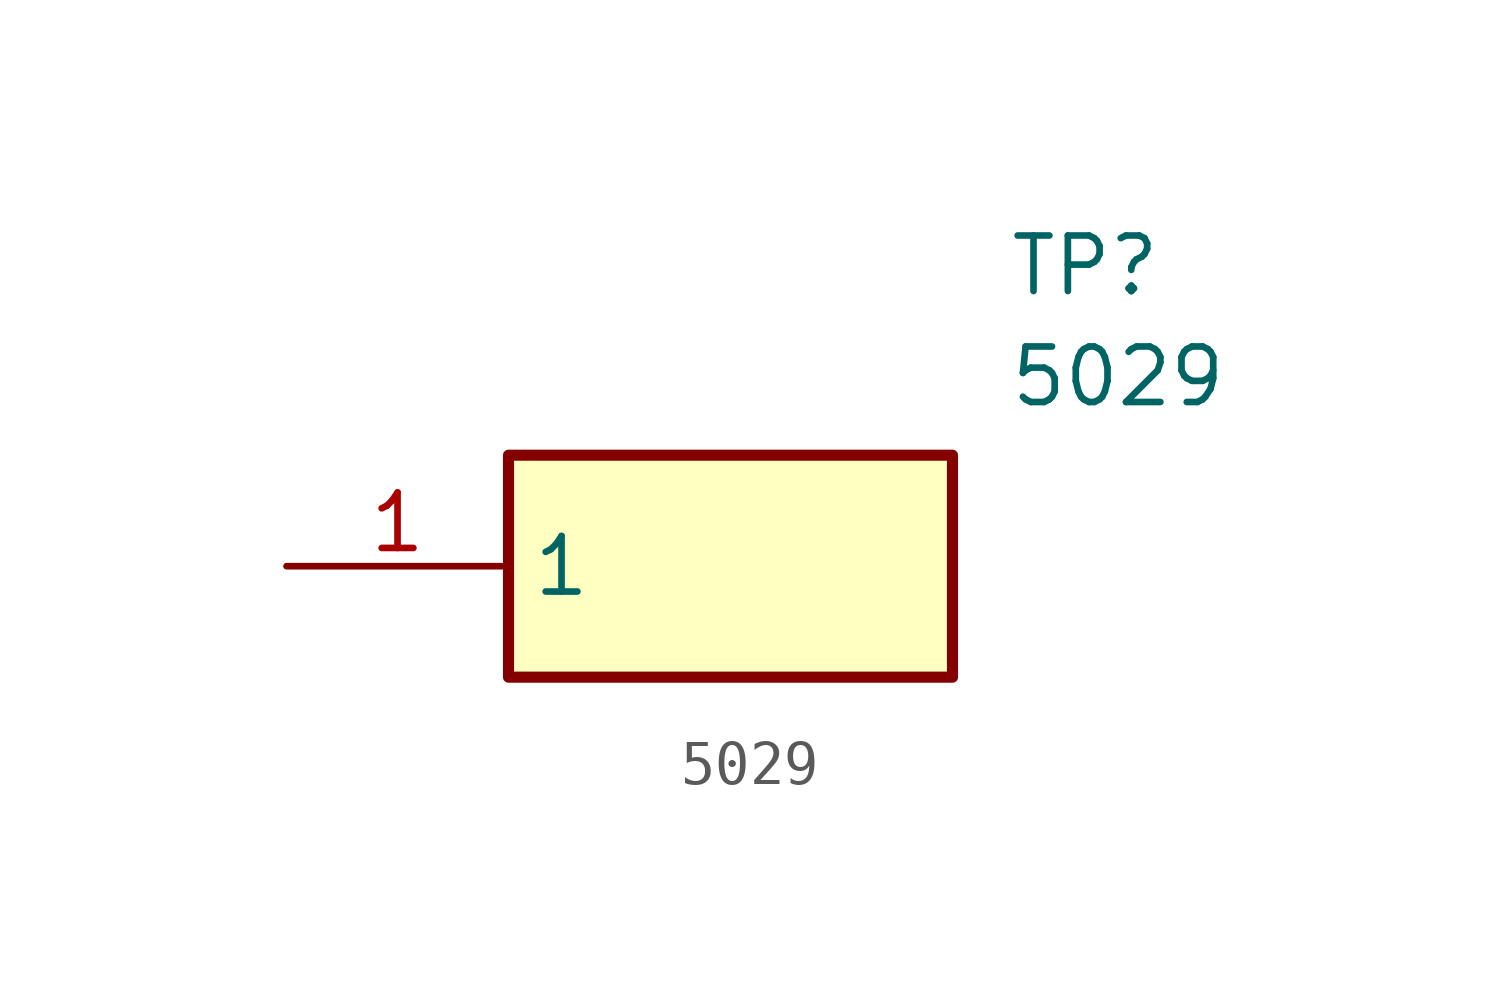
<source format=kicad_sym>
(kicad_symbol_lib
  (version 20211014)
  (generator SamacSys_ECAD_Model)
  (symbol "5029"
    (property "Reference" "TP"
      (at 16.51 7.62 0)
      (effects (font (size 1.27 1.27)) (justify left top)))
    (property "Value" "5029"
      (at 16.51 5.08 0)
      (effects (font (size 1.27 1.27)) (justify left top)))
    (rectangle
      (start 5.08 2.54)
      (end 15.24 -2.54)
      (stroke (width 0.254) (type default))
      (fill (type background)))
    (pin passive line
      (at 0 0 0)
      (length 5.08)
      (name "1" (effects (font (size 1.27 1.27))))
      (number "1" (effects (font (size 1.27 1.27)))))))
</source>
